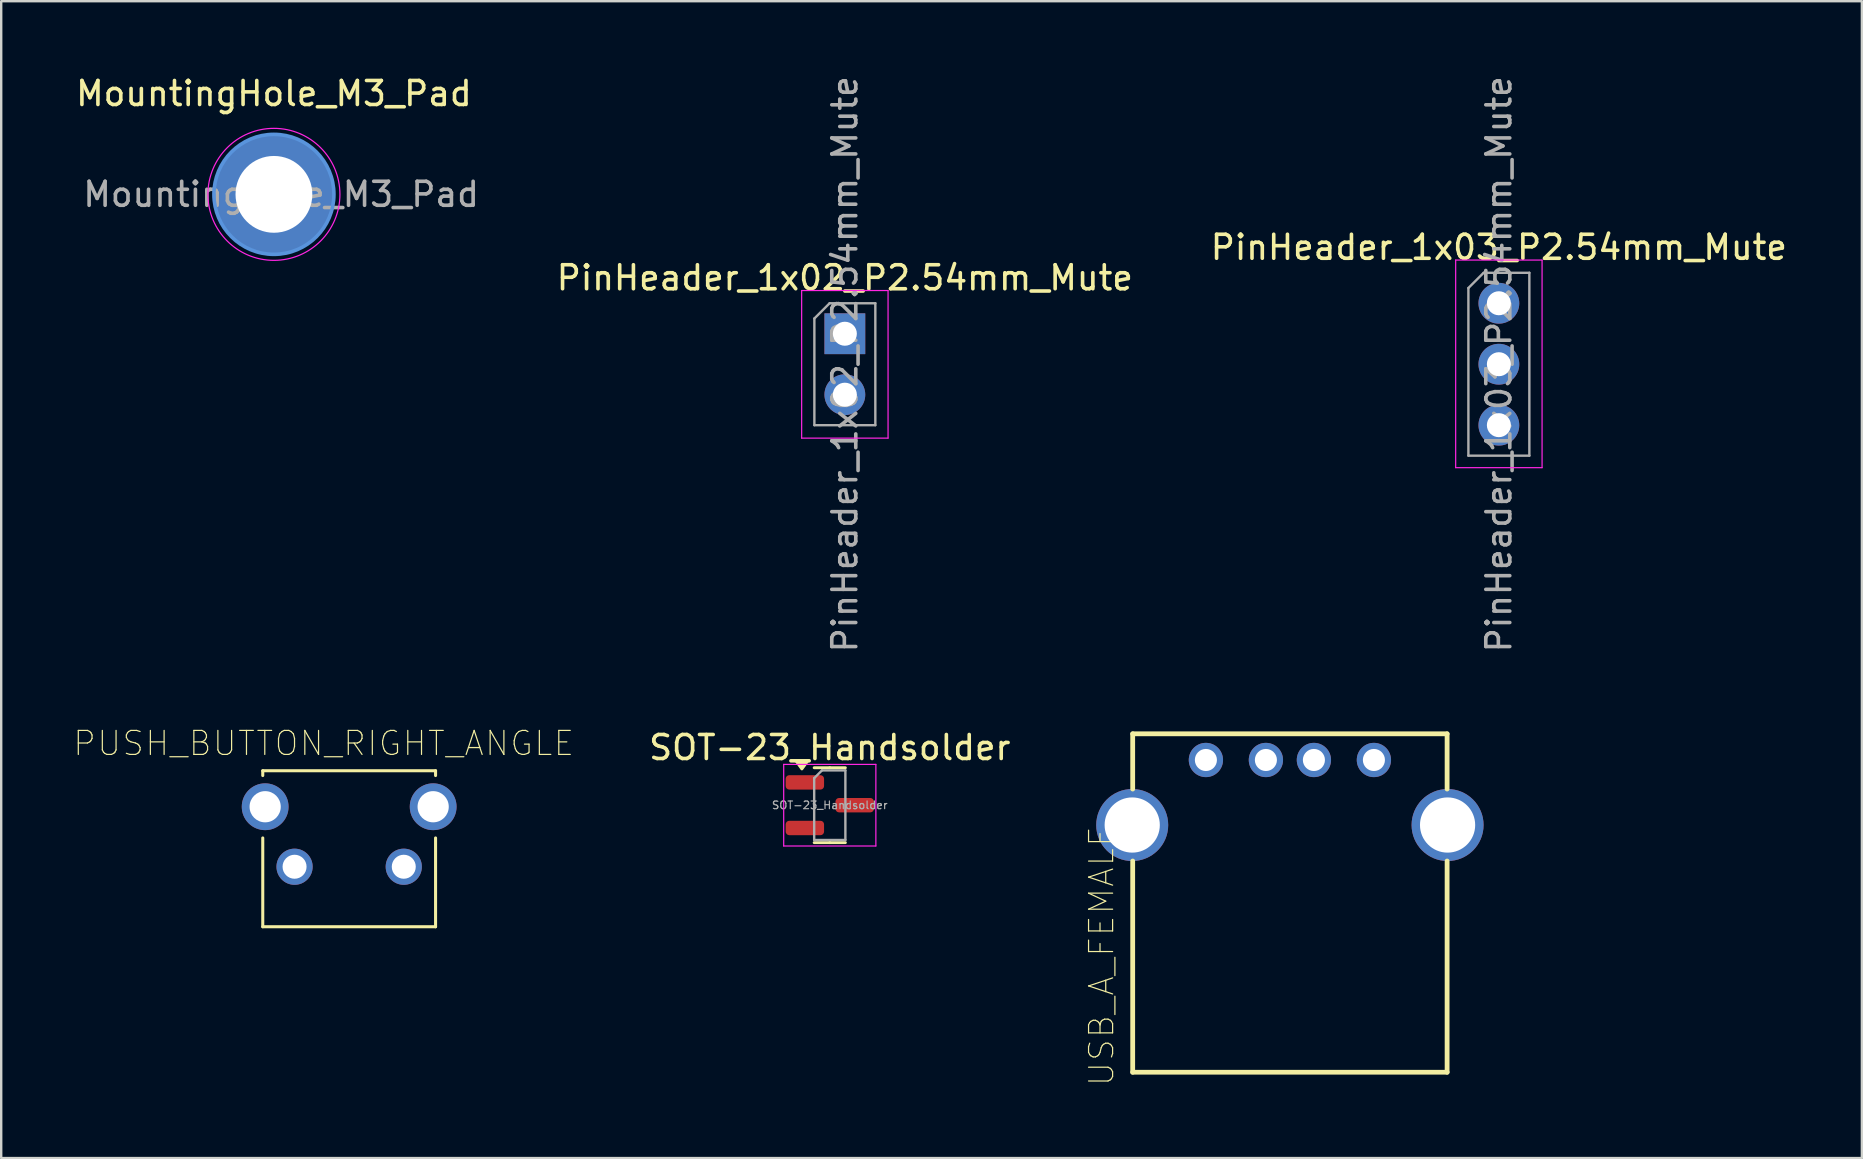
<source format=kicad_pcb>
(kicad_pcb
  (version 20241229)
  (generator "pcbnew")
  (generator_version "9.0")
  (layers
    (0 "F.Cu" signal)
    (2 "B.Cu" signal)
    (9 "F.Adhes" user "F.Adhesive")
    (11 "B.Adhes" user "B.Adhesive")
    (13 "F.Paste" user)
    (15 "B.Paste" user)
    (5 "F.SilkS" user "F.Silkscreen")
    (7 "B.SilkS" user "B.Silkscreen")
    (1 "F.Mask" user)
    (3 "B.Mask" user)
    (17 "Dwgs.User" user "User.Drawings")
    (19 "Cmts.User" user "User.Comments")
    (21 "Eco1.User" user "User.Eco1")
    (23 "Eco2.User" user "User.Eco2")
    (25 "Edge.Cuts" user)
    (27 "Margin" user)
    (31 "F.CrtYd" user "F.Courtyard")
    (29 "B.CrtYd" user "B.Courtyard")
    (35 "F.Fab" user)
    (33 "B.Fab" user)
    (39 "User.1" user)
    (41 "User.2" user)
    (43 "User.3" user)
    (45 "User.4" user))
  (footprint "MountingHole_M3_Pad"
    (layer "F.Cu")
    (at 8.363 5.048)
    (property "Reference" "MountingHole_M3_Pad" (at 0 -4.2 0) (layer "F.SilkS") (effects (font (size 1 1) (thickness 0.15))))
    (attr exclude_from_pos_files exclude_from_bom)
    (fp_circle (center 0 0) (end 2.5 0) (stroke (width 0.15) (type solid)) (fill no) (layer "Cmts.User"))
    (fp_circle (center 0 0) (end 2.75 0) (stroke (width 0.05) (type solid)) (fill no) (layer "F.CrtYd"))
    (fp_text user "${REFERENCE}" (at 0.3 0 0) (layer "F.Fab") (effects (font (size 1 1) (thickness 0.15))))
    (pad "1" thru_hole circle (at 0 0) (size 5 5) (drill 3.2) (layers "*.Cu" "*.Mask")))
  (footprint "PinHeader_1x03_P2.54mm_Mute"
    (layer "F.Cu")
    (at 59.401 9.585)
    (property "Reference" "PinHeader_1x03_P2.54mm_Mute" (at 0 -2.33 0) (layer "F.SilkS") (effects (font (size 1 1) (thickness 0.15))))
    (attr through_hole)
    (fp_line (start -1.8 -1.8) (end -1.8 6.85) (stroke (width 0.05) (type solid)) (layer "F.CrtYd"))
    (fp_line (start -1.8 6.85) (end 1.8 6.85) (stroke (width 0.05) (type solid)) (layer "F.CrtYd"))
    (fp_line (start 1.8 -1.8) (end -1.8 -1.8) (stroke (width 0.05) (type solid)) (layer "F.CrtYd"))
    (fp_line (start 1.8 6.85) (end 1.8 -1.8) (stroke (width 0.05) (type solid)) (layer "F.CrtYd"))
    (fp_line (start -1.27 -0.635) (end -0.635 -1.27) (stroke (width 0.1) (type solid)) (layer "F.Fab"))
    (fp_line (start -1.27 6.35) (end -1.27 -0.635) (stroke (width 0.1) (type solid)) (layer "F.Fab"))
    (fp_line (start -0.635 -1.27) (end 1.27 -1.27) (stroke (width 0.1) (type solid)) (layer "F.Fab"))
    (fp_line (start 1.27 -1.27) (end 1.27 6.35) (stroke (width 0.1) (type solid)) (layer "F.Fab"))
    (fp_line (start 1.27 6.35) (end -1.27 6.35) (stroke (width 0.1) (type solid)) (layer "F.Fab"))
    (fp_text user "${REFERENCE}" (at 0 2.54 90) (layer "F.Fab") (effects (font (size 1 1) (thickness 0.15))))
    (pad "1" thru_hole circle (at 0 0) (size 1.7 1.7) (drill 1) (layers "*.Cu" "*.Mask"))
    (pad "2" thru_hole oval (at 0 2.54) (size 1.7 1.7) (drill 1) (layers "*.Cu" "*.Mask"))
    (pad "3" thru_hole oval (at 0 5.08) (size 1.7 1.7) (drill 1) (layers "*.Cu" "*.Mask")))
  (footprint "PUSH_BUTTON_RIGHT_ANGLE"
    (layer "F.Cu")
    (at 11.498 33.063)
    (property "Reference" "PUSH_BUTTON_RIGHT_ANGLE" (at -1.061 -5.14 0) (layer "F.SilkS") (effects (font (size 1.001 1.001) (thickness 0.05))))
    (attr through_hole)
    (fp_line (start -3.6 -4) (end -3.6 -3.8) (stroke (width 0.127) (type solid)) (layer "F.SilkS"))
    (fp_line (start -3.6 -4) (end 3.6 -4) (stroke (width 0.127) (type solid)) (layer "F.SilkS"))
    (fp_line (start -3.6 2.5) (end -3.6 -1.2) (stroke (width 0.127) (type solid)) (layer "F.SilkS"))
    (fp_line (start 3.6 -4) (end 3.6 -3.8) (stroke (width 0.127) (type solid)) (layer "F.SilkS"))
    (fp_line (start 3.6 2.5) (end -3.6 2.5) (stroke (width 0.127) (type solid)) (layer "F.SilkS"))
    (fp_line (start 3.6 2.5) (end 3.6 -1.2) (stroke (width 0.127) (type solid)) (layer "F.SilkS"))
    (fp_line (start -4.73 -4.25) (end 4.73 -4.25) (stroke (width 0.05) (type solid)) (layer "Eco1.User"))
    (fp_line (start -4.73 6.6) (end -4.73 -4.25) (stroke (width 0.05) (type solid)) (layer "Eco1.User"))
    (fp_line (start 4.73 -4.25) (end 4.73 6.6) (stroke (width 0.05) (type solid)) (layer "Eco1.User"))
    (fp_line (start 4.73 6.6) (end -4.73 6.6) (stroke (width 0.05) (type solid)) (layer "Eco1.User"))
    (fp_line (start -3.6 -4) (end 3.6 -4) (stroke (width 0.127) (type solid)) (layer "Eco2.User"))
    (fp_line (start -3.6 6.35) (end -3.6 -4) (stroke (width 0.127) (type solid)) (layer "Eco2.User"))
    (fp_line (start 3.6 -4) (end 3.6 6.35) (stroke (width 0.127) (type solid)) (layer "Eco2.User"))
    (fp_line (start 3.6 6.35) (end -3.6 6.35) (stroke (width 0.127) (type solid)) (layer "Eco2.User"))
    (pad "" thru_hole circle (at -3.5 -2.5) (size 1.95 1.95) (drill 1.3) (layers "*.Cu" "*.Mask"))
    (pad "" thru_hole circle (at 3.5 -2.5) (size 1.95 1.95) (drill 1.3) (layers "*.Cu" "*.Mask"))
    (pad "1" thru_hole circle (at -2.275 0) (size 1.508 1.508) (drill 1) (layers "*.Cu" "*.Mask"))
    (pad "2" thru_hole circle (at 2.275 0) (size 1.508 1.508) (drill 1) (layers "*.Cu" "*.Mask")))
  (footprint "PinHeader_1x02_P2.54mm_Mute"
    (layer "F.Cu")
    (at 32.151 10.855)
    (property "Reference" "PinHeader_1x02_P2.54mm_Mute" (at 0 -2.33 0) (layer "F.SilkS") (effects (font (size 1 1) (thickness 0.15))))
    (attr through_hole)
    (fp_line (start -1.8 -1.8) (end -1.8 4.35) (stroke (width 0.05) (type solid)) (layer "F.CrtYd"))
    (fp_line (start -1.8 4.35) (end 1.8 4.35) (stroke (width 0.05) (type solid)) (layer "F.CrtYd"))
    (fp_line (start 1.8 -1.8) (end -1.8 -1.8) (stroke (width 0.05) (type solid)) (layer "F.CrtYd"))
    (fp_line (start 1.8 4.35) (end 1.8 -1.8) (stroke (width 0.05) (type solid)) (layer "F.CrtYd"))
    (fp_line (start -1.27 -0.635) (end -0.635 -1.27) (stroke (width 0.1) (type solid)) (layer "F.Fab"))
    (fp_line (start -1.27 3.81) (end -1.27 -0.635) (stroke (width 0.1) (type solid)) (layer "F.Fab"))
    (fp_line (start -0.635 -1.27) (end 1.27 -1.27) (stroke (width 0.1) (type solid)) (layer "F.Fab"))
    (fp_line (start 1.27 -1.27) (end 1.27 3.81) (stroke (width 0.1) (type solid)) (layer "F.Fab"))
    (fp_line (start 1.27 3.81) (end -1.27 3.81) (stroke (width 0.1) (type solid)) (layer "F.Fab"))
    (fp_text user "${REFERENCE}" (at 0 1.27 90) (layer "F.Fab") (effects (font (size 1 1) (thickness 0.15))))
    (pad "1" thru_hole rect (at 0 0) (size 1.7 1.7) (drill 1) (layers "*.Cu" "*.Mask"))
    (pad "2" thru_hole oval (at 0 2.54) (size 1.7 1.7) (drill 1) (layers "*.Cu" "*.Mask")))
  (footprint "SOT-23_Handsolder"
    (layer "F.Cu")
    (at 31.523 30.498)
    (property "Reference" "SOT-23_Handsolder" (at 0 -2.4 0) (layer "F.SilkS") (effects (font (size 1 1) (thickness 0.15))))
    (attr smd)
    (fp_line (start 0 -1.56) (end -0.65 -1.56) (stroke (width 0.12) (type solid)) (layer "F.SilkS"))
    (fp_line (start 0 -1.56) (end 0.65 -1.56) (stroke (width 0.12) (type solid)) (layer "F.SilkS"))
    (fp_line (start 0 1.56) (end -0.65 1.56) (stroke (width 0.12) (type solid)) (layer "F.SilkS"))
    (fp_line (start 0 1.56) (end 0.65 1.56) (stroke (width 0.12) (type solid)) (layer "F.SilkS"))
    (fp_poly (pts (xy -1.163 -1.51) (xy -1.403 -1.84) (xy -0.922 -1.84) (xy -1.163 -1.51)) (stroke (width 0.12) (type solid)) (fill yes) (layer "F.SilkS"))
    (fp_line (start -1.92 -1.7) (end -1.92 1.7) (stroke (width 0.05) (type solid)) (layer "F.CrtYd"))
    (fp_line (start -1.92 1.7) (end 1.92 1.7) (stroke (width 0.05) (type solid)) (layer "F.CrtYd"))
    (fp_line (start 1.92 -1.7) (end -1.92 -1.7) (stroke (width 0.05) (type solid)) (layer "F.CrtYd"))
    (fp_line (start 1.92 1.7) (end 1.92 -1.7) (stroke (width 0.05) (type solid)) (layer "F.CrtYd"))
    (fp_line (start -0.65 -1.125) (end -0.325 -1.45) (stroke (width 0.1) (type solid)) (layer "F.Fab"))
    (fp_line (start -0.65 1.45) (end -0.65 -1.125) (stroke (width 0.1) (type solid)) (layer "F.Fab"))
    (fp_line (start -0.325 -1.45) (end 0.65 -1.45) (stroke (width 0.1) (type solid)) (layer "F.Fab"))
    (fp_line (start 0.65 -1.45) (end 0.65 1.45) (stroke (width 0.1) (type solid)) (layer "F.Fab"))
    (fp_line (start 0.65 1.45) (end -0.65 1.45) (stroke (width 0.1) (type solid)) (layer "F.Fab"))
    (fp_text user "${REFERENCE}" (at 0 0 0) (layer "F.Fab") (effects (font (size 0.32 0.32) (thickness 0.05))))
    (pad "1" smd roundrect (at -1.038 -0.95) (size 1.6 0.6) (layers "F.Cu" "F.Mask" "F.Paste") (roundrect_rratio 0.25))
    (pad "2" smd roundrect (at -1.038 0.95) (size 1.6 0.6) (layers "F.Cu" "F.Mask" "F.Paste") (roundrect_rratio 0.25))
    (pad "3" smd roundrect (at 1.038 0) (size 1.6 0.6) (layers "F.Cu" "F.Mask" "F.Paste") (roundrect_rratio 0.25)))
  (footprint "USB_A_FEMALE"
    (layer "F.Cu")
    (at 50.694 35.125)
    (property "Reference" "USB_A_FEMALE" (at -7.848 1.663 90) (layer "F.SilkS") (effects (font (size 1.002 1.002) (thickness 0.05))))
    (attr through_hole)
    (fp_line (start -6.55 -7.6) (end 6.55 -7.6) (stroke (width 0.2) (type solid)) (layer "F.SilkS"))
    (fp_line (start -6.55 -5.3) (end -6.55 -7.6) (stroke (width 0.2) (type solid)) (layer "F.SilkS"))
    (fp_line (start -6.55 -2.3) (end -6.55 6.5) (stroke (width 0.2) (type solid)) (layer "F.SilkS"))
    (fp_line (start -6.55 6.5) (end 6.55 6.5) (stroke (width 0.2) (type solid)) (layer "F.SilkS"))
    (fp_line (start 6.55 -7.6) (end 6.55 -5.3) (stroke (width 0.2) (type solid)) (layer "F.SilkS"))
    (fp_line (start 6.55 6.5) (end 6.55 -2.3) (stroke (width 0.2) (type solid)) (layer "F.SilkS"))
    (fp_line (start -7.8 -5.1) (end -6.8 -5.1) (stroke (width 0.05) (type solid)) (layer "Eco1.User"))
    (fp_line (start -7.8 -2.55) (end -7.8 -5.1) (stroke (width 0.05) (type solid)) (layer "Eco1.User"))
    (fp_line (start -6.8 -7.85) (end 6.8 -7.85) (stroke (width 0.05) (type solid)) (layer "Eco1.User"))
    (fp_line (start -6.8 -5.1) (end -6.8 -7.85) (stroke (width 0.05) (type solid)) (layer "Eco1.User"))
    (fp_line (start -6.8 -2.55) (end -7.8 -2.55) (stroke (width 0.05) (type solid)) (layer "Eco1.User"))
    (fp_line (start -6.8 6.75) (end -6.8 -2.55) (stroke (width 0.05) (type solid)) (layer "Eco1.User"))
    (fp_line (start 6.8 -7.85) (end 6.8 -5.1) (stroke (width 0.05) (type solid)) (layer "Eco1.User"))
    (fp_line (start 6.8 -5.1) (end 7.8 -5.1) (stroke (width 0.05) (type solid)) (layer "Eco1.User"))
    (fp_line (start 6.8 -2.55) (end 6.8 6.75) (stroke (width 0.05) (type solid)) (layer "Eco1.User"))
    (fp_line (start 6.8 6.75) (end -6.8 6.75) (stroke (width 0.05) (type solid)) (layer "Eco1.User"))
    (fp_line (start 7.8 -5.1) (end 7.8 -2.55) (stroke (width 0.05) (type solid)) (layer "Eco1.User"))
    (fp_line (start 7.8 -2.55) (end 6.8 -2.55) (stroke (width 0.05) (type solid)) (layer "Eco1.User"))
    (pad "1" thru_hole circle (at -3.5 -6.51) (size 1.428 1.428) (drill 0.92) (layers "*.Cu" "*.Mask"))
    (pad "2" thru_hole circle (at -1 -6.51) (size 1.428 1.428) (drill 0.92) (layers "*.Cu" "*.Mask"))
    (pad "3" thru_hole circle (at 1 -6.51) (size 1.428 1.428) (drill 0.92) (layers "*.Cu" "*.Mask"))
    (pad "4" thru_hole circle (at 3.5 -6.51) (size 1.428 1.428) (drill 0.92) (layers "*.Cu" "*.Mask"))
    (pad "5" thru_hole circle (at -6.57 -3.8) (size 3 3) (drill 2.3) (layers "*.Cu" "*.Mask"))
    (pad "5" thru_hole circle (at 6.57 -3.8) (size 3 3) (drill 2.3) (layers "*.Cu" "*.Mask")))
  (gr_rect
    (start -3 -3)
    (end 74.526 45.201)
    (stroke (width 0.1) (type default))
    (fill no)
    (layer "Edge.Cuts")))
</source>
